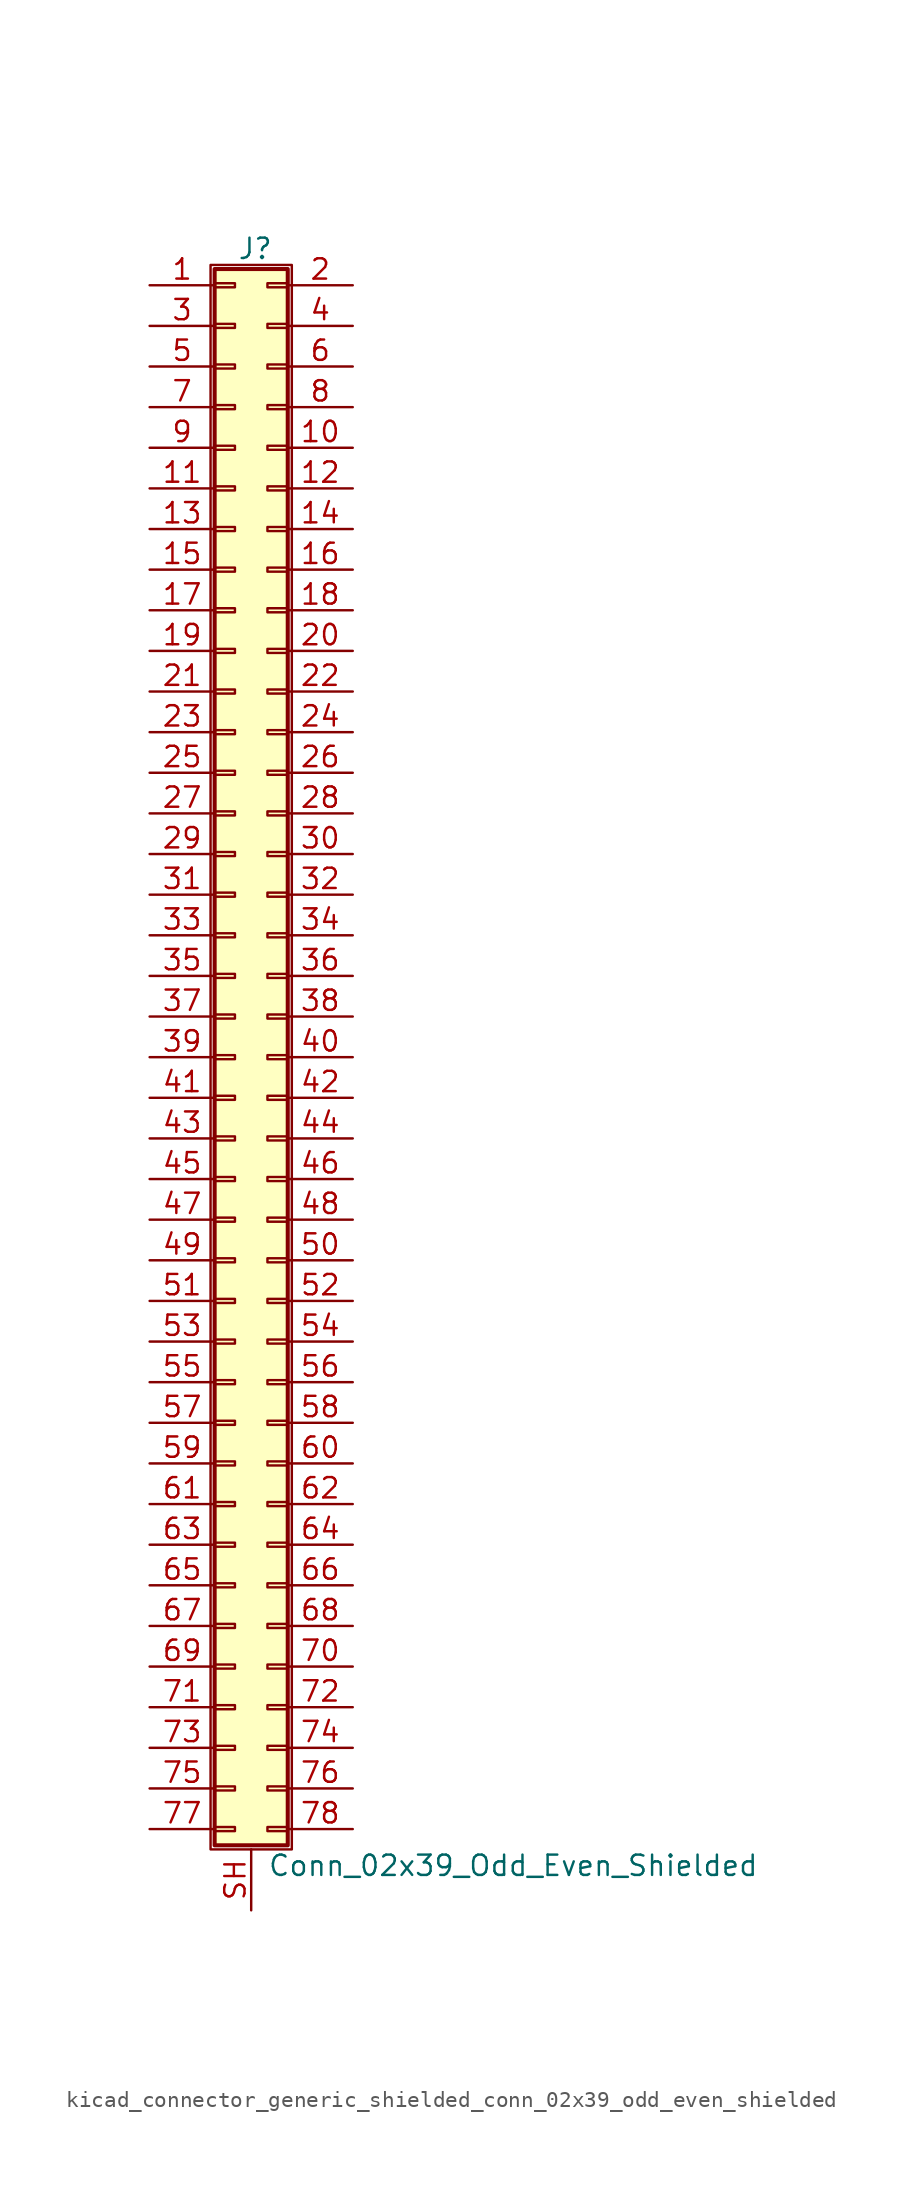
<source format=kicad_sym>
(kicad_symbol_lib
  (version 20220914)
  (generator kicad_symbol_editor)
  (symbol "kicad_connector_generic_shielded_conn_02x39_odd_even_shielded"
    (pin_names
      (offset 1.016) hide)
    (property "Reference" "J"
      (at 1.524 50.546 0)
      (effects (font (size 1.27 1.27))))
    (property "Value" "Conn_02x39_Odd_Even_Shielded"
      (at 2.286 -50.546 0)
      (effects (font (size 1.27 1.27)) (justify left)))
    (symbol "kicad_connector_generic_shielded_conn_02x39_odd_even_shielded_1_1"
      (rectangle (start -1.27 49.53) (end 3.81 -49.53) (stroke (width 0.152) (type default)) (fill (type none)))
      (rectangle (start -1.016 -48.133) (end 0.254 -48.387) (stroke (width 0.152) (type default)) (fill (type none)))
      (rectangle (start -1.016 -45.593) (end 0.254 -45.847) (stroke (width 0.152) (type default)) (fill (type none)))
      (rectangle (start -1.016 -43.053) (end 0.254 -43.307) (stroke (width 0.152) (type default)) (fill (type none)))
      (rectangle (start -1.016 -40.513) (end 0.254 -40.767) (stroke (width 0.152) (type default)) (fill (type none)))
      (rectangle (start -1.016 -37.973) (end 0.254 -38.227) (stroke (width 0.152) (type default)) (fill (type none)))
      (rectangle (start -1.016 -35.433) (end 0.254 -35.687) (stroke (width 0.152) (type default)) (fill (type none)))
      (rectangle (start -1.016 -32.893) (end 0.254 -33.147) (stroke (width 0.152) (type default)) (fill (type none)))
      (rectangle (start -1.016 -30.353) (end 0.254 -30.607) (stroke (width 0.152) (type default)) (fill (type none)))
      (rectangle (start -1.016 -27.813) (end 0.254 -28.067) (stroke (width 0.152) (type default)) (fill (type none)))
      (rectangle (start -1.016 -25.273) (end 0.254 -25.527) (stroke (width 0.152) (type default)) (fill (type none)))
      (rectangle (start -1.016 -22.733) (end 0.254 -22.987) (stroke (width 0.152) (type default)) (fill (type none)))
      (rectangle (start -1.016 -20.193) (end 0.254 -20.447) (stroke (width 0.152) (type default)) (fill (type none)))
      (rectangle (start -1.016 -17.653) (end 0.254 -17.907) (stroke (width 0.152) (type default)) (fill (type none)))
      (rectangle (start -1.016 -15.113) (end 0.254 -15.367) (stroke (width 0.152) (type default)) (fill (type none)))
      (rectangle (start -1.016 -12.573) (end 0.254 -12.827) (stroke (width 0.152) (type default)) (fill (type none)))
      (rectangle (start -1.016 -10.033) (end 0.254 -10.287) (stroke (width 0.152) (type default)) (fill (type none)))
      (rectangle (start -1.016 -7.493) (end 0.254 -7.747) (stroke (width 0.152) (type default)) (fill (type none)))
      (rectangle (start -1.016 -4.953) (end 0.254 -5.207) (stroke (width 0.152) (type default)) (fill (type none)))
      (rectangle (start -1.016 -2.413) (end 0.254 -2.667) (stroke (width 0.152) (type default)) (fill (type none)))
      (rectangle (start -1.016 0.127) (end 0.254 -0.127) (stroke (width 0.152) (type default)) (fill (type none)))
      (rectangle (start -1.016 2.667) (end 0.254 2.413) (stroke (width 0.152) (type default)) (fill (type none)))
      (rectangle (start -1.016 5.207) (end 0.254 4.953) (stroke (width 0.152) (type default)) (fill (type none)))
      (rectangle (start -1.016 7.747) (end 0.254 7.493) (stroke (width 0.152) (type default)) (fill (type none)))
      (rectangle (start -1.016 10.287) (end 0.254 10.033) (stroke (width 0.152) (type default)) (fill (type none)))
      (rectangle (start -1.016 12.827) (end 0.254 12.573) (stroke (width 0.152) (type default)) (fill (type none)))
      (rectangle (start -1.016 15.367) (end 0.254 15.113) (stroke (width 0.152) (type default)) (fill (type none)))
      (rectangle (start -1.016 17.907) (end 0.254 17.653) (stroke (width 0.152) (type default)) (fill (type none)))
      (rectangle (start -1.016 20.447) (end 0.254 20.193) (stroke (width 0.152) (type default)) (fill (type none)))
      (rectangle (start -1.016 22.987) (end 0.254 22.733) (stroke (width 0.152) (type default)) (fill (type none)))
      (rectangle (start -1.016 25.527) (end 0.254 25.273) (stroke (width 0.152) (type default)) (fill (type none)))
      (rectangle (start -1.016 28.067) (end 0.254 27.813) (stroke (width 0.152) (type default)) (fill (type none)))
      (rectangle (start -1.016 30.607) (end 0.254 30.353) (stroke (width 0.152) (type default)) (fill (type none)))
      (rectangle (start -1.016 33.147) (end 0.254 32.893) (stroke (width 0.152) (type default)) (fill (type none)))
      (rectangle (start -1.016 35.687) (end 0.254 35.433) (stroke (width 0.152) (type default)) (fill (type none)))
      (rectangle (start -1.016 38.227) (end 0.254 37.973) (stroke (width 0.152) (type default)) (fill (type none)))
      (rectangle (start -1.016 40.767) (end 0.254 40.513) (stroke (width 0.152) (type default)) (fill (type none)))
      (rectangle (start -1.016 43.307) (end 0.254 43.053) (stroke (width 0.152) (type default)) (fill (type none)))
      (rectangle (start -1.016 45.847) (end 0.254 45.593) (stroke (width 0.152) (type default)) (fill (type none)))
      (rectangle (start -1.016 48.387) (end 0.254 48.133) (stroke (width 0.152) (type default)) (fill (type none)))
      (rectangle (start -1.016 49.276) (end 3.556 -49.276) (stroke (width 0.254) (type default)) (fill (type background)))
      (rectangle (start 3.556 -48.133) (end 2.286 -48.387) (stroke (width 0.152) (type default)) (fill (type none)))
      (rectangle (start 3.556 -45.593) (end 2.286 -45.847) (stroke (width 0.152) (type default)) (fill (type none)))
      (rectangle (start 3.556 -43.053) (end 2.286 -43.307) (stroke (width 0.152) (type default)) (fill (type none)))
      (rectangle (start 3.556 -40.513) (end 2.286 -40.767) (stroke (width 0.152) (type default)) (fill (type none)))
      (rectangle (start 3.556 -37.973) (end 2.286 -38.227) (stroke (width 0.152) (type default)) (fill (type none)))
      (rectangle (start 3.556 -35.433) (end 2.286 -35.687) (stroke (width 0.152) (type default)) (fill (type none)))
      (rectangle (start 3.556 -32.893) (end 2.286 -33.147) (stroke (width 0.152) (type default)) (fill (type none)))
      (rectangle (start 3.556 -30.353) (end 2.286 -30.607) (stroke (width 0.152) (type default)) (fill (type none)))
      (rectangle (start 3.556 -27.813) (end 2.286 -28.067) (stroke (width 0.152) (type default)) (fill (type none)))
      (rectangle (start 3.556 -25.273) (end 2.286 -25.527) (stroke (width 0.152) (type default)) (fill (type none)))
      (rectangle (start 3.556 -22.733) (end 2.286 -22.987) (stroke (width 0.152) (type default)) (fill (type none)))
      (rectangle (start 3.556 -20.193) (end 2.286 -20.447) (stroke (width 0.152) (type default)) (fill (type none)))
      (rectangle (start 3.556 -17.653) (end 2.286 -17.907) (stroke (width 0.152) (type default)) (fill (type none)))
      (rectangle (start 3.556 -15.113) (end 2.286 -15.367) (stroke (width 0.152) (type default)) (fill (type none)))
      (rectangle (start 3.556 -12.573) (end 2.286 -12.827) (stroke (width 0.152) (type default)) (fill (type none)))
      (rectangle (start 3.556 -10.033) (end 2.286 -10.287) (stroke (width 0.152) (type default)) (fill (type none)))
      (rectangle (start 3.556 -7.493) (end 2.286 -7.747) (stroke (width 0.152) (type default)) (fill (type none)))
      (rectangle (start 3.556 -4.953) (end 2.286 -5.207) (stroke (width 0.152) (type default)) (fill (type none)))
      (rectangle (start 3.556 -2.413) (end 2.286 -2.667) (stroke (width 0.152) (type default)) (fill (type none)))
      (rectangle (start 3.556 0.127) (end 2.286 -0.127) (stroke (width 0.152) (type default)) (fill (type none)))
      (rectangle (start 3.556 2.667) (end 2.286 2.413) (stroke (width 0.152) (type default)) (fill (type none)))
      (rectangle (start 3.556 5.207) (end 2.286 4.953) (stroke (width 0.152) (type default)) (fill (type none)))
      (rectangle (start 3.556 7.747) (end 2.286 7.493) (stroke (width 0.152) (type default)) (fill (type none)))
      (rectangle (start 3.556 10.287) (end 2.286 10.033) (stroke (width 0.152) (type default)) (fill (type none)))
      (rectangle (start 3.556 12.827) (end 2.286 12.573) (stroke (width 0.152) (type default)) (fill (type none)))
      (rectangle (start 3.556 15.367) (end 2.286 15.113) (stroke (width 0.152) (type default)) (fill (type none)))
      (rectangle (start 3.556 17.907) (end 2.286 17.653) (stroke (width 0.152) (type default)) (fill (type none)))
      (rectangle (start 3.556 20.447) (end 2.286 20.193) (stroke (width 0.152) (type default)) (fill (type none)))
      (rectangle (start 3.556 22.987) (end 2.286 22.733) (stroke (width 0.152) (type default)) (fill (type none)))
      (rectangle (start 3.556 25.527) (end 2.286 25.273) (stroke (width 0.152) (type default)) (fill (type none)))
      (rectangle (start 3.556 28.067) (end 2.286 27.813) (stroke (width 0.152) (type default)) (fill (type none)))
      (rectangle (start 3.556 30.607) (end 2.286 30.353) (stroke (width 0.152) (type default)) (fill (type none)))
      (rectangle (start 3.556 33.147) (end 2.286 32.893) (stroke (width 0.152) (type default)) (fill (type none)))
      (rectangle (start 3.556 35.687) (end 2.286 35.433) (stroke (width 0.152) (type default)) (fill (type none)))
      (rectangle (start 3.556 38.227) (end 2.286 37.973) (stroke (width 0.152) (type default)) (fill (type none)))
      (rectangle (start 3.556 40.767) (end 2.286 40.513) (stroke (width 0.152) (type default)) (fill (type none)))
      (rectangle (start 3.556 43.307) (end 2.286 43.053) (stroke (width 0.152) (type default)) (fill (type none)))
      (rectangle (start 3.556 45.847) (end 2.286 45.593) (stroke (width 0.152) (type default)) (fill (type none)))
      (rectangle (start 3.556 48.387) (end 2.286 48.133) (stroke (width 0.152) (type default)) (fill (type none)))
      (pin passive line (at -5.08 48.26 0) (length 4.064) (name "Pin_1" (effects (font (size 1.27 1.27)))) (number "1" (effects (font (size 1.27 1.27)))))
      (pin passive line (at 7.62 38.1 180) (length 4.064) (name "Pin_10" (effects (font (size 1.27 1.27)))) (number "10" (effects (font (size 1.27 1.27)))))
      (pin passive line (at -5.08 35.56 0) (length 4.064) (name "Pin_11" (effects (font (size 1.27 1.27)))) (number "11" (effects (font (size 1.27 1.27)))))
      (pin passive line (at 7.62 35.56 180) (length 4.064) (name "Pin_12" (effects (font (size 1.27 1.27)))) (number "12" (effects (font (size 1.27 1.27)))))
      (pin passive line (at -5.08 33.02 0) (length 4.064) (name "Pin_13" (effects (font (size 1.27 1.27)))) (number "13" (effects (font (size 1.27 1.27)))))
      (pin passive line (at 7.62 33.02 180) (length 4.064) (name "Pin_14" (effects (font (size 1.27 1.27)))) (number "14" (effects (font (size 1.27 1.27)))))
      (pin passive line (at -5.08 30.48 0) (length 4.064) (name "Pin_15" (effects (font (size 1.27 1.27)))) (number "15" (effects (font (size 1.27 1.27)))))
      (pin passive line (at 7.62 30.48 180) (length 4.064) (name "Pin_16" (effects (font (size 1.27 1.27)))) (number "16" (effects (font (size 1.27 1.27)))))
      (pin passive line (at -5.08 27.94 0) (length 4.064) (name "Pin_17" (effects (font (size 1.27 1.27)))) (number "17" (effects (font (size 1.27 1.27)))))
      (pin passive line (at 7.62 27.94 180) (length 4.064) (name "Pin_18" (effects (font (size 1.27 1.27)))) (number "18" (effects (font (size 1.27 1.27)))))
      (pin passive line (at -5.08 25.4 0) (length 4.064) (name "Pin_19" (effects (font (size 1.27 1.27)))) (number "19" (effects (font (size 1.27 1.27)))))
      (pin passive line (at 7.62 48.26 180) (length 4.064) (name "Pin_2" (effects (font (size 1.27 1.27)))) (number "2" (effects (font (size 1.27 1.27)))))
      (pin passive line (at 7.62 25.4 180) (length 4.064) (name "Pin_20" (effects (font (size 1.27 1.27)))) (number "20" (effects (font (size 1.27 1.27)))))
      (pin passive line (at -5.08 22.86 0) (length 4.064) (name "Pin_21" (effects (font (size 1.27 1.27)))) (number "21" (effects (font (size 1.27 1.27)))))
      (pin passive line (at 7.62 22.86 180) (length 4.064) (name "Pin_22" (effects (font (size 1.27 1.27)))) (number "22" (effects (font (size 1.27 1.27)))))
      (pin passive line (at -5.08 20.32 0) (length 4.064) (name "Pin_23" (effects (font (size 1.27 1.27)))) (number "23" (effects (font (size 1.27 1.27)))))
      (pin passive line (at 7.62 20.32 180) (length 4.064) (name "Pin_24" (effects (font (size 1.27 1.27)))) (number "24" (effects (font (size 1.27 1.27)))))
      (pin passive line (at -5.08 17.78 0) (length 4.064) (name "Pin_25" (effects (font (size 1.27 1.27)))) (number "25" (effects (font (size 1.27 1.27)))))
      (pin passive line (at 7.62 17.78 180) (length 4.064) (name "Pin_26" (effects (font (size 1.27 1.27)))) (number "26" (effects (font (size 1.27 1.27)))))
      (pin passive line (at -5.08 15.24 0) (length 4.064) (name "Pin_27" (effects (font (size 1.27 1.27)))) (number "27" (effects (font (size 1.27 1.27)))))
      (pin passive line (at 7.62 15.24 180) (length 4.064) (name "Pin_28" (effects (font (size 1.27 1.27)))) (number "28" (effects (font (size 1.27 1.27)))))
      (pin passive line (at -5.08 12.7 0) (length 4.064) (name "Pin_29" (effects (font (size 1.27 1.27)))) (number "29" (effects (font (size 1.27 1.27)))))
      (pin passive line (at -5.08 45.72 0) (length 4.064) (name "Pin_3" (effects (font (size 1.27 1.27)))) (number "3" (effects (font (size 1.27 1.27)))))
      (pin passive line (at 7.62 12.7 180) (length 4.064) (name "Pin_30" (effects (font (size 1.27 1.27)))) (number "30" (effects (font (size 1.27 1.27)))))
      (pin passive line (at -5.08 10.16 0) (length 4.064) (name "Pin_31" (effects (font (size 1.27 1.27)))) (number "31" (effects (font (size 1.27 1.27)))))
      (pin passive line (at 7.62 10.16 180) (length 4.064) (name "Pin_32" (effects (font (size 1.27 1.27)))) (number "32" (effects (font (size 1.27 1.27)))))
      (pin passive line (at -5.08 7.62 0) (length 4.064) (name "Pin_33" (effects (font (size 1.27 1.27)))) (number "33" (effects (font (size 1.27 1.27)))))
      (pin passive line (at 7.62 7.62 180) (length 4.064) (name "Pin_34" (effects (font (size 1.27 1.27)))) (number "34" (effects (font (size 1.27 1.27)))))
      (pin passive line (at -5.08 5.08 0) (length 4.064) (name "Pin_35" (effects (font (size 1.27 1.27)))) (number "35" (effects (font (size 1.27 1.27)))))
      (pin passive line (at 7.62 5.08 180) (length 4.064) (name "Pin_36" (effects (font (size 1.27 1.27)))) (number "36" (effects (font (size 1.27 1.27)))))
      (pin passive line (at -5.08 2.54 0) (length 4.064) (name "Pin_37" (effects (font (size 1.27 1.27)))) (number "37" (effects (font (size 1.27 1.27)))))
      (pin passive line (at 7.62 2.54 180) (length 4.064) (name "Pin_38" (effects (font (size 1.27 1.27)))) (number "38" (effects (font (size 1.27 1.27)))))
      (pin passive line (at -5.08 0 0) (length 4.064) (name "Pin_39" (effects (font (size 1.27 1.27)))) (number "39" (effects (font (size 1.27 1.27)))))
      (pin passive line (at 7.62 45.72 180) (length 4.064) (name "Pin_4" (effects (font (size 1.27 1.27)))) (number "4" (effects (font (size 1.27 1.27)))))
      (pin passive line (at 7.62 0 180) (length 4.064) (name "Pin_40" (effects (font (size 1.27 1.27)))) (number "40" (effects (font (size 1.27 1.27)))))
      (pin passive line (at -5.08 -2.54 0) (length 4.064) (name "Pin_41" (effects (font (size 1.27 1.27)))) (number "41" (effects (font (size 1.27 1.27)))))
      (pin passive line (at 7.62 -2.54 180) (length 4.064) (name "Pin_42" (effects (font (size 1.27 1.27)))) (number "42" (effects (font (size 1.27 1.27)))))
      (pin passive line (at -5.08 -5.08 0) (length 4.064) (name "Pin_43" (effects (font (size 1.27 1.27)))) (number "43" (effects (font (size 1.27 1.27)))))
      (pin passive line (at 7.62 -5.08 180) (length 4.064) (name "Pin_44" (effects (font (size 1.27 1.27)))) (number "44" (effects (font (size 1.27 1.27)))))
      (pin passive line (at -5.08 -7.62 0) (length 4.064) (name "Pin_45" (effects (font (size 1.27 1.27)))) (number "45" (effects (font (size 1.27 1.27)))))
      (pin passive line (at 7.62 -7.62 180) (length 4.064) (name "Pin_46" (effects (font (size 1.27 1.27)))) (number "46" (effects (font (size 1.27 1.27)))))
      (pin passive line (at -5.08 -10.16 0) (length 4.064) (name "Pin_47" (effects (font (size 1.27 1.27)))) (number "47" (effects (font (size 1.27 1.27)))))
      (pin passive line (at 7.62 -10.16 180) (length 4.064) (name "Pin_48" (effects (font (size 1.27 1.27)))) (number "48" (effects (font (size 1.27 1.27)))))
      (pin passive line (at -5.08 -12.7 0) (length 4.064) (name "Pin_49" (effects (font (size 1.27 1.27)))) (number "49" (effects (font (size 1.27 1.27)))))
      (pin passive line (at -5.08 43.18 0) (length 4.064) (name "Pin_5" (effects (font (size 1.27 1.27)))) (number "5" (effects (font (size 1.27 1.27)))))
      (pin passive line (at 7.62 -12.7 180) (length 4.064) (name "Pin_50" (effects (font (size 1.27 1.27)))) (number "50" (effects (font (size 1.27 1.27)))))
      (pin passive line (at -5.08 -15.24 0) (length 4.064) (name "Pin_51" (effects (font (size 1.27 1.27)))) (number "51" (effects (font (size 1.27 1.27)))))
      (pin passive line (at 7.62 -15.24 180) (length 4.064) (name "Pin_52" (effects (font (size 1.27 1.27)))) (number "52" (effects (font (size 1.27 1.27)))))
      (pin passive line (at -5.08 -17.78 0) (length 4.064) (name "Pin_53" (effects (font (size 1.27 1.27)))) (number "53" (effects (font (size 1.27 1.27)))))
      (pin passive line (at 7.62 -17.78 180) (length 4.064) (name "Pin_54" (effects (font (size 1.27 1.27)))) (number "54" (effects (font (size 1.27 1.27)))))
      (pin passive line (at -5.08 -20.32 0) (length 4.064) (name "Pin_55" (effects (font (size 1.27 1.27)))) (number "55" (effects (font (size 1.27 1.27)))))
      (pin passive line (at 7.62 -20.32 180) (length 4.064) (name "Pin_56" (effects (font (size 1.27 1.27)))) (number "56" (effects (font (size 1.27 1.27)))))
      (pin passive line (at -5.08 -22.86 0) (length 4.064) (name "Pin_57" (effects (font (size 1.27 1.27)))) (number "57" (effects (font (size 1.27 1.27)))))
      (pin passive line (at 7.62 -22.86 180) (length 4.064) (name "Pin_58" (effects (font (size 1.27 1.27)))) (number "58" (effects (font (size 1.27 1.27)))))
      (pin passive line (at -5.08 -25.4 0) (length 4.064) (name "Pin_59" (effects (font (size 1.27 1.27)))) (number "59" (effects (font (size 1.27 1.27)))))
      (pin passive line (at 7.62 43.18 180) (length 4.064) (name "Pin_6" (effects (font (size 1.27 1.27)))) (number "6" (effects (font (size 1.27 1.27)))))
      (pin passive line (at 7.62 -25.4 180) (length 4.064) (name "Pin_60" (effects (font (size 1.27 1.27)))) (number "60" (effects (font (size 1.27 1.27)))))
      (pin passive line (at -5.08 -27.94 0) (length 4.064) (name "Pin_61" (effects (font (size 1.27 1.27)))) (number "61" (effects (font (size 1.27 1.27)))))
      (pin passive line (at 7.62 -27.94 180) (length 4.064) (name "Pin_62" (effects (font (size 1.27 1.27)))) (number "62" (effects (font (size 1.27 1.27)))))
      (pin passive line (at -5.08 -30.48 0) (length 4.064) (name "Pin_63" (effects (font (size 1.27 1.27)))) (number "63" (effects (font (size 1.27 1.27)))))
      (pin passive line (at 7.62 -30.48 180) (length 4.064) (name "Pin_64" (effects (font (size 1.27 1.27)))) (number "64" (effects (font (size 1.27 1.27)))))
      (pin passive line (at -5.08 -33.02 0) (length 4.064) (name "Pin_65" (effects (font (size 1.27 1.27)))) (number "65" (effects (font (size 1.27 1.27)))))
      (pin passive line (at 7.62 -33.02 180) (length 4.064) (name "Pin_66" (effects (font (size 1.27 1.27)))) (number "66" (effects (font (size 1.27 1.27)))))
      (pin passive line (at -5.08 -35.56 0) (length 4.064) (name "Pin_67" (effects (font (size 1.27 1.27)))) (number "67" (effects (font (size 1.27 1.27)))))
      (pin passive line (at 7.62 -35.56 180) (length 4.064) (name "Pin_68" (effects (font (size 1.27 1.27)))) (number "68" (effects (font (size 1.27 1.27)))))
      (pin passive line (at -5.08 -38.1 0) (length 4.064) (name "Pin_69" (effects (font (size 1.27 1.27)))) (number "69" (effects (font (size 1.27 1.27)))))
      (pin passive line (at -5.08 40.64 0) (length 4.064) (name "Pin_7" (effects (font (size 1.27 1.27)))) (number "7" (effects (font (size 1.27 1.27)))))
      (pin passive line (at 7.62 -38.1 180) (length 4.064) (name "Pin_70" (effects (font (size 1.27 1.27)))) (number "70" (effects (font (size 1.27 1.27)))))
      (pin passive line (at -5.08 -40.64 0) (length 4.064) (name "Pin_71" (effects (font (size 1.27 1.27)))) (number "71" (effects (font (size 1.27 1.27)))))
      (pin passive line (at 7.62 -40.64 180) (length 4.064) (name "Pin_72" (effects (font (size 1.27 1.27)))) (number "72" (effects (font (size 1.27 1.27)))))
      (pin passive line (at -5.08 -43.18 0) (length 4.064) (name "Pin_73" (effects (font (size 1.27 1.27)))) (number "73" (effects (font (size 1.27 1.27)))))
      (pin passive line (at 7.62 -43.18 180) (length 4.064) (name "Pin_74" (effects (font (size 1.27 1.27)))) (number "74" (effects (font (size 1.27 1.27)))))
      (pin passive line (at -5.08 -45.72 0) (length 4.064) (name "Pin_75" (effects (font (size 1.27 1.27)))) (number "75" (effects (font (size 1.27 1.27)))))
      (pin passive line (at 7.62 -45.72 180) (length 4.064) (name "Pin_76" (effects (font (size 1.27 1.27)))) (number "76" (effects (font (size 1.27 1.27)))))
      (pin passive line (at -5.08 -48.26 0) (length 4.064) (name "Pin_77" (effects (font (size 1.27 1.27)))) (number "77" (effects (font (size 1.27 1.27)))))
      (pin passive line (at 7.62 -48.26 180) (length 4.064) (name "Pin_78" (effects (font (size 1.27 1.27)))) (number "78" (effects (font (size 1.27 1.27)))))
      (pin passive line (at 7.62 40.64 180) (length 4.064) (name "Pin_8" (effects (font (size 1.27 1.27)))) (number "8" (effects (font (size 1.27 1.27)))))
      (pin passive line (at -5.08 38.1 0) (length 4.064) (name "Pin_9" (effects (font (size 1.27 1.27)))) (number "9" (effects (font (size 1.27 1.27)))))
      (pin passive line (at 1.27 -53.34 90) (length 3.81) (name "Shield" (effects (font (size 1.27 1.27)))) (number "SH" (effects (font (size 1.27 1.27))))))))
</source>
